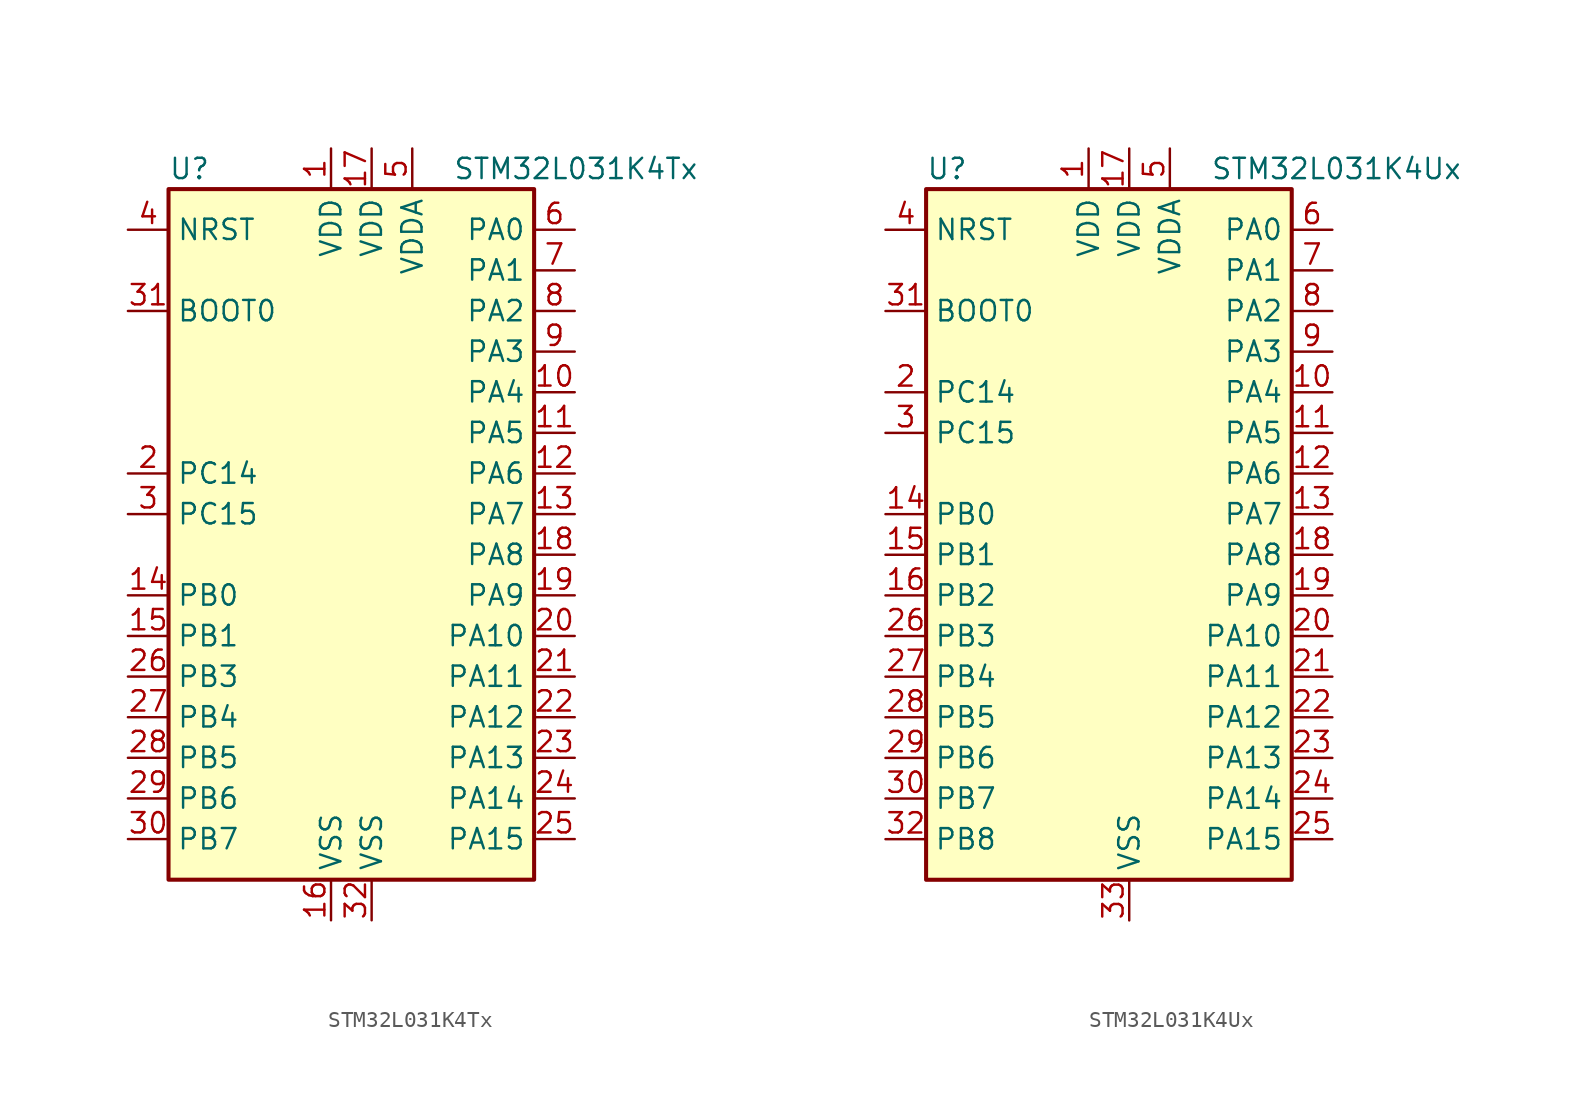
<source format=kicad_sym>
(kicad_symbol_lib
  (version 20201005)
  (generator kicad_symbol_editor)
  (symbol "MCU_ST_STM32L0:STM32L031K4Tx"
    (property "Reference" "U"
      (at -12.7 21.59 0)
      (effects (font (size 1.27 1.27)) (justify left)))
    (property "Value" "STM32L031K4Tx"
      (at 5.08 21.59 0)
      (effects (font (size 1.27 1.27)) (justify left)))
    (symbol "STM32L031K4Tx_0_1"
      (rectangle (start -12.7 -22.86) (end 10.16 20.32) (stroke (width 0.254)) (fill (type background))))
    (symbol "STM32L031K4Tx_1_1"
      (pin input line (at -15.24 12.7 0) (length 2.54) (name "BOOT0" (effects (font (size 1.27 1.27)))) (number "31" (effects (font (size 1.27 1.27)))))
      (pin input line (at -15.24 17.78 0) (length 2.54) (name "NRST" (effects (font (size 1.27 1.27)))) (number "4" (effects (font (size 1.27 1.27)))))
      (pin bidirectional line (at 12.7 17.78 180) (length 2.54) (name "PA0" (effects (font (size 1.27 1.27)))) (number "6" (effects (font (size 1.27 1.27)))))
      (pin bidirectional line (at 12.7 15.24 180) (length 2.54) (name "PA1" (effects (font (size 1.27 1.27)))) (number "7" (effects (font (size 1.27 1.27)))))
      (pin bidirectional line (at 12.7 -7.62 180) (length 2.54) (name "PA10" (effects (font (size 1.27 1.27)))) (number "20" (effects (font (size 1.27 1.27)))))
      (pin bidirectional line (at 12.7 -10.16 180) (length 2.54) (name "PA11" (effects (font (size 1.27 1.27)))) (number "21" (effects (font (size 1.27 1.27)))))
      (pin bidirectional line (at 12.7 -12.7 180) (length 2.54) (name "PA12" (effects (font (size 1.27 1.27)))) (number "22" (effects (font (size 1.27 1.27)))))
      (pin bidirectional line (at 12.7 -15.24 180) (length 2.54) (name "PA13" (effects (font (size 1.27 1.27)))) (number "23" (effects (font (size 1.27 1.27)))))
      (pin bidirectional line (at 12.7 -17.78 180) (length 2.54) (name "PA14" (effects (font (size 1.27 1.27)))) (number "24" (effects (font (size 1.27 1.27)))))
      (pin bidirectional line (at 12.7 -20.32 180) (length 2.54) (name "PA15" (effects (font (size 1.27 1.27)))) (number "25" (effects (font (size 1.27 1.27)))))
      (pin bidirectional line (at 12.7 12.7 180) (length 2.54) (name "PA2" (effects (font (size 1.27 1.27)))) (number "8" (effects (font (size 1.27 1.27)))))
      (pin bidirectional line (at 12.7 10.16 180) (length 2.54) (name "PA3" (effects (font (size 1.27 1.27)))) (number "9" (effects (font (size 1.27 1.27)))))
      (pin bidirectional line (at 12.7 7.62 180) (length 2.54) (name "PA4" (effects (font (size 1.27 1.27)))) (number "10" (effects (font (size 1.27 1.27)))))
      (pin bidirectional line (at 12.7 5.08 180) (length 2.54) (name "PA5" (effects (font (size 1.27 1.27)))) (number "11" (effects (font (size 1.27 1.27)))))
      (pin bidirectional line (at 12.7 2.54 180) (length 2.54) (name "PA6" (effects (font (size 1.27 1.27)))) (number "12" (effects (font (size 1.27 1.27)))))
      (pin bidirectional line (at 12.7 0 180) (length 2.54) (name "PA7" (effects (font (size 1.27 1.27)))) (number "13" (effects (font (size 1.27 1.27)))))
      (pin bidirectional line (at 12.7 -2.54 180) (length 2.54) (name "PA8" (effects (font (size 1.27 1.27)))) (number "18" (effects (font (size 1.27 1.27)))))
      (pin bidirectional line (at 12.7 -5.08 180) (length 2.54) (name "PA9" (effects (font (size 1.27 1.27)))) (number "19" (effects (font (size 1.27 1.27)))))
      (pin bidirectional line (at -15.24 -5.08 0) (length 2.54) (name "PB0" (effects (font (size 1.27 1.27)))) (number "14" (effects (font (size 1.27 1.27)))))
      (pin bidirectional line (at -15.24 -7.62 0) (length 2.54) (name "PB1" (effects (font (size 1.27 1.27)))) (number "15" (effects (font (size 1.27 1.27)))))
      (pin bidirectional line (at -15.24 -10.16 0) (length 2.54) (name "PB3" (effects (font (size 1.27 1.27)))) (number "26" (effects (font (size 1.27 1.27)))))
      (pin bidirectional line (at -15.24 -12.7 0) (length 2.54) (name "PB4" (effects (font (size 1.27 1.27)))) (number "27" (effects (font (size 1.27 1.27)))))
      (pin bidirectional line (at -15.24 -15.24 0) (length 2.54) (name "PB5" (effects (font (size 1.27 1.27)))) (number "28" (effects (font (size 1.27 1.27)))))
      (pin bidirectional line (at -15.24 -17.78 0) (length 2.54) (name "PB6" (effects (font (size 1.27 1.27)))) (number "29" (effects (font (size 1.27 1.27)))))
      (pin bidirectional line (at -15.24 -20.32 0) (length 2.54) (name "PB7" (effects (font (size 1.27 1.27)))) (number "30" (effects (font (size 1.27 1.27)))))
      (pin bidirectional line (at -15.24 2.54 0) (length 2.54) (name "PC14" (effects (font (size 1.27 1.27)))) (number "2" (effects (font (size 1.27 1.27)))))
      (pin bidirectional line (at -15.24 0 0) (length 2.54) (name "PC15" (effects (font (size 1.27 1.27)))) (number "3" (effects (font (size 1.27 1.27)))))
      (pin power_in line (at -2.54 22.86 270) (length 2.54) (name "VDD" (effects (font (size 1.27 1.27)))) (number "1" (effects (font (size 1.27 1.27)))))
      (pin power_in line (at 0 22.86 270) (length 2.54) (name "VDD" (effects (font (size 1.27 1.27)))) (number "17" (effects (font (size 1.27 1.27)))))
      (pin power_in line (at 2.54 22.86 270) (length 2.54) (name "VDDA" (effects (font (size 1.27 1.27)))) (number "5" (effects (font (size 1.27 1.27)))))
      (pin power_in line (at -2.54 -25.4 90) (length 2.54) (name "VSS" (effects (font (size 1.27 1.27)))) (number "16" (effects (font (size 1.27 1.27)))))
      (pin power_in line (at 0 -25.4 90) (length 2.54) (name "VSS" (effects (font (size 1.27 1.27)))) (number "32" (effects (font (size 1.27 1.27)))))))
  (symbol "MCU_ST_STM32L0:STM32L031K4Ux"
    (property "Reference" "U"
      (at -12.7 21.59 0)
      (effects (font (size 1.27 1.27)) (justify left)))
    (property "Value" "STM32L031K4Ux"
      (at 5.08 21.59 0)
      (effects (font (size 1.27 1.27)) (justify left)))
    (symbol "STM32L031K4Ux_0_1"
      (rectangle (start -12.7 -22.86) (end 10.16 20.32) (stroke (width 0.254)) (fill (type background))))
    (symbol "STM32L031K4Ux_1_1"
      (pin input line (at -15.24 12.7 0) (length 2.54) (name "BOOT0" (effects (font (size 1.27 1.27)))) (number "31" (effects (font (size 1.27 1.27)))))
      (pin input line (at -15.24 17.78 0) (length 2.54) (name "NRST" (effects (font (size 1.27 1.27)))) (number "4" (effects (font (size 1.27 1.27)))))
      (pin bidirectional line (at 12.7 17.78 180) (length 2.54) (name "PA0" (effects (font (size 1.27 1.27)))) (number "6" (effects (font (size 1.27 1.27)))))
      (pin bidirectional line (at 12.7 15.24 180) (length 2.54) (name "PA1" (effects (font (size 1.27 1.27)))) (number "7" (effects (font (size 1.27 1.27)))))
      (pin bidirectional line (at 12.7 -7.62 180) (length 2.54) (name "PA10" (effects (font (size 1.27 1.27)))) (number "20" (effects (font (size 1.27 1.27)))))
      (pin bidirectional line (at 12.7 -10.16 180) (length 2.54) (name "PA11" (effects (font (size 1.27 1.27)))) (number "21" (effects (font (size 1.27 1.27)))))
      (pin bidirectional line (at 12.7 -12.7 180) (length 2.54) (name "PA12" (effects (font (size 1.27 1.27)))) (number "22" (effects (font (size 1.27 1.27)))))
      (pin bidirectional line (at 12.7 -15.24 180) (length 2.54) (name "PA13" (effects (font (size 1.27 1.27)))) (number "23" (effects (font (size 1.27 1.27)))))
      (pin bidirectional line (at 12.7 -17.78 180) (length 2.54) (name "PA14" (effects (font (size 1.27 1.27)))) (number "24" (effects (font (size 1.27 1.27)))))
      (pin bidirectional line (at 12.7 -20.32 180) (length 2.54) (name "PA15" (effects (font (size 1.27 1.27)))) (number "25" (effects (font (size 1.27 1.27)))))
      (pin bidirectional line (at 12.7 12.7 180) (length 2.54) (name "PA2" (effects (font (size 1.27 1.27)))) (number "8" (effects (font (size 1.27 1.27)))))
      (pin bidirectional line (at 12.7 10.16 180) (length 2.54) (name "PA3" (effects (font (size 1.27 1.27)))) (number "9" (effects (font (size 1.27 1.27)))))
      (pin bidirectional line (at 12.7 7.62 180) (length 2.54) (name "PA4" (effects (font (size 1.27 1.27)))) (number "10" (effects (font (size 1.27 1.27)))))
      (pin bidirectional line (at 12.7 5.08 180) (length 2.54) (name "PA5" (effects (font (size 1.27 1.27)))) (number "11" (effects (font (size 1.27 1.27)))))
      (pin bidirectional line (at 12.7 2.54 180) (length 2.54) (name "PA6" (effects (font (size 1.27 1.27)))) (number "12" (effects (font (size 1.27 1.27)))))
      (pin bidirectional line (at 12.7 0 180) (length 2.54) (name "PA7" (effects (font (size 1.27 1.27)))) (number "13" (effects (font (size 1.27 1.27)))))
      (pin bidirectional line (at 12.7 -2.54 180) (length 2.54) (name "PA8" (effects (font (size 1.27 1.27)))) (number "18" (effects (font (size 1.27 1.27)))))
      (pin bidirectional line (at 12.7 -5.08 180) (length 2.54) (name "PA9" (effects (font (size 1.27 1.27)))) (number "19" (effects (font (size 1.27 1.27)))))
      (pin bidirectional line (at -15.24 0 0) (length 2.54) (name "PB0" (effects (font (size 1.27 1.27)))) (number "14" (effects (font (size 1.27 1.27)))))
      (pin bidirectional line (at -15.24 -2.54 0) (length 2.54) (name "PB1" (effects (font (size 1.27 1.27)))) (number "15" (effects (font (size 1.27 1.27)))))
      (pin bidirectional line (at -15.24 -5.08 0) (length 2.54) (name "PB2" (effects (font (size 1.27 1.27)))) (number "16" (effects (font (size 1.27 1.27)))))
      (pin bidirectional line (at -15.24 -7.62 0) (length 2.54) (name "PB3" (effects (font (size 1.27 1.27)))) (number "26" (effects (font (size 1.27 1.27)))))
      (pin bidirectional line (at -15.24 -10.16 0) (length 2.54) (name "PB4" (effects (font (size 1.27 1.27)))) (number "27" (effects (font (size 1.27 1.27)))))
      (pin bidirectional line (at -15.24 -12.7 0) (length 2.54) (name "PB5" (effects (font (size 1.27 1.27)))) (number "28" (effects (font (size 1.27 1.27)))))
      (pin bidirectional line (at -15.24 -15.24 0) (length 2.54) (name "PB6" (effects (font (size 1.27 1.27)))) (number "29" (effects (font (size 1.27 1.27)))))
      (pin bidirectional line (at -15.24 -17.78 0) (length 2.54) (name "PB7" (effects (font (size 1.27 1.27)))) (number "30" (effects (font (size 1.27 1.27)))))
      (pin bidirectional line (at -15.24 -20.32 0) (length 2.54) (name "PB8" (effects (font (size 1.27 1.27)))) (number "32" (effects (font (size 1.27 1.27)))))
      (pin bidirectional line (at -15.24 7.62 0) (length 2.54) (name "PC14" (effects (font (size 1.27 1.27)))) (number "2" (effects (font (size 1.27 1.27)))))
      (pin bidirectional line (at -15.24 5.08 0) (length 2.54) (name "PC15" (effects (font (size 1.27 1.27)))) (number "3" (effects (font (size 1.27 1.27)))))
      (pin power_in line (at -2.54 22.86 270) (length 2.54) (name "VDD" (effects (font (size 1.27 1.27)))) (number "1" (effects (font (size 1.27 1.27)))))
      (pin power_in line (at 0 22.86 270) (length 2.54) (name "VDD" (effects (font (size 1.27 1.27)))) (number "17" (effects (font (size 1.27 1.27)))))
      (pin power_in line (at 2.54 22.86 270) (length 2.54) (name "VDDA" (effects (font (size 1.27 1.27)))) (number "5" (effects (font (size 1.27 1.27)))))
      (pin power_in line (at 0 -25.4 90) (length 2.54) (name "VSS" (effects (font (size 1.27 1.27)))) (number "33" (effects (font (size 1.27 1.27))))))))
</source>
